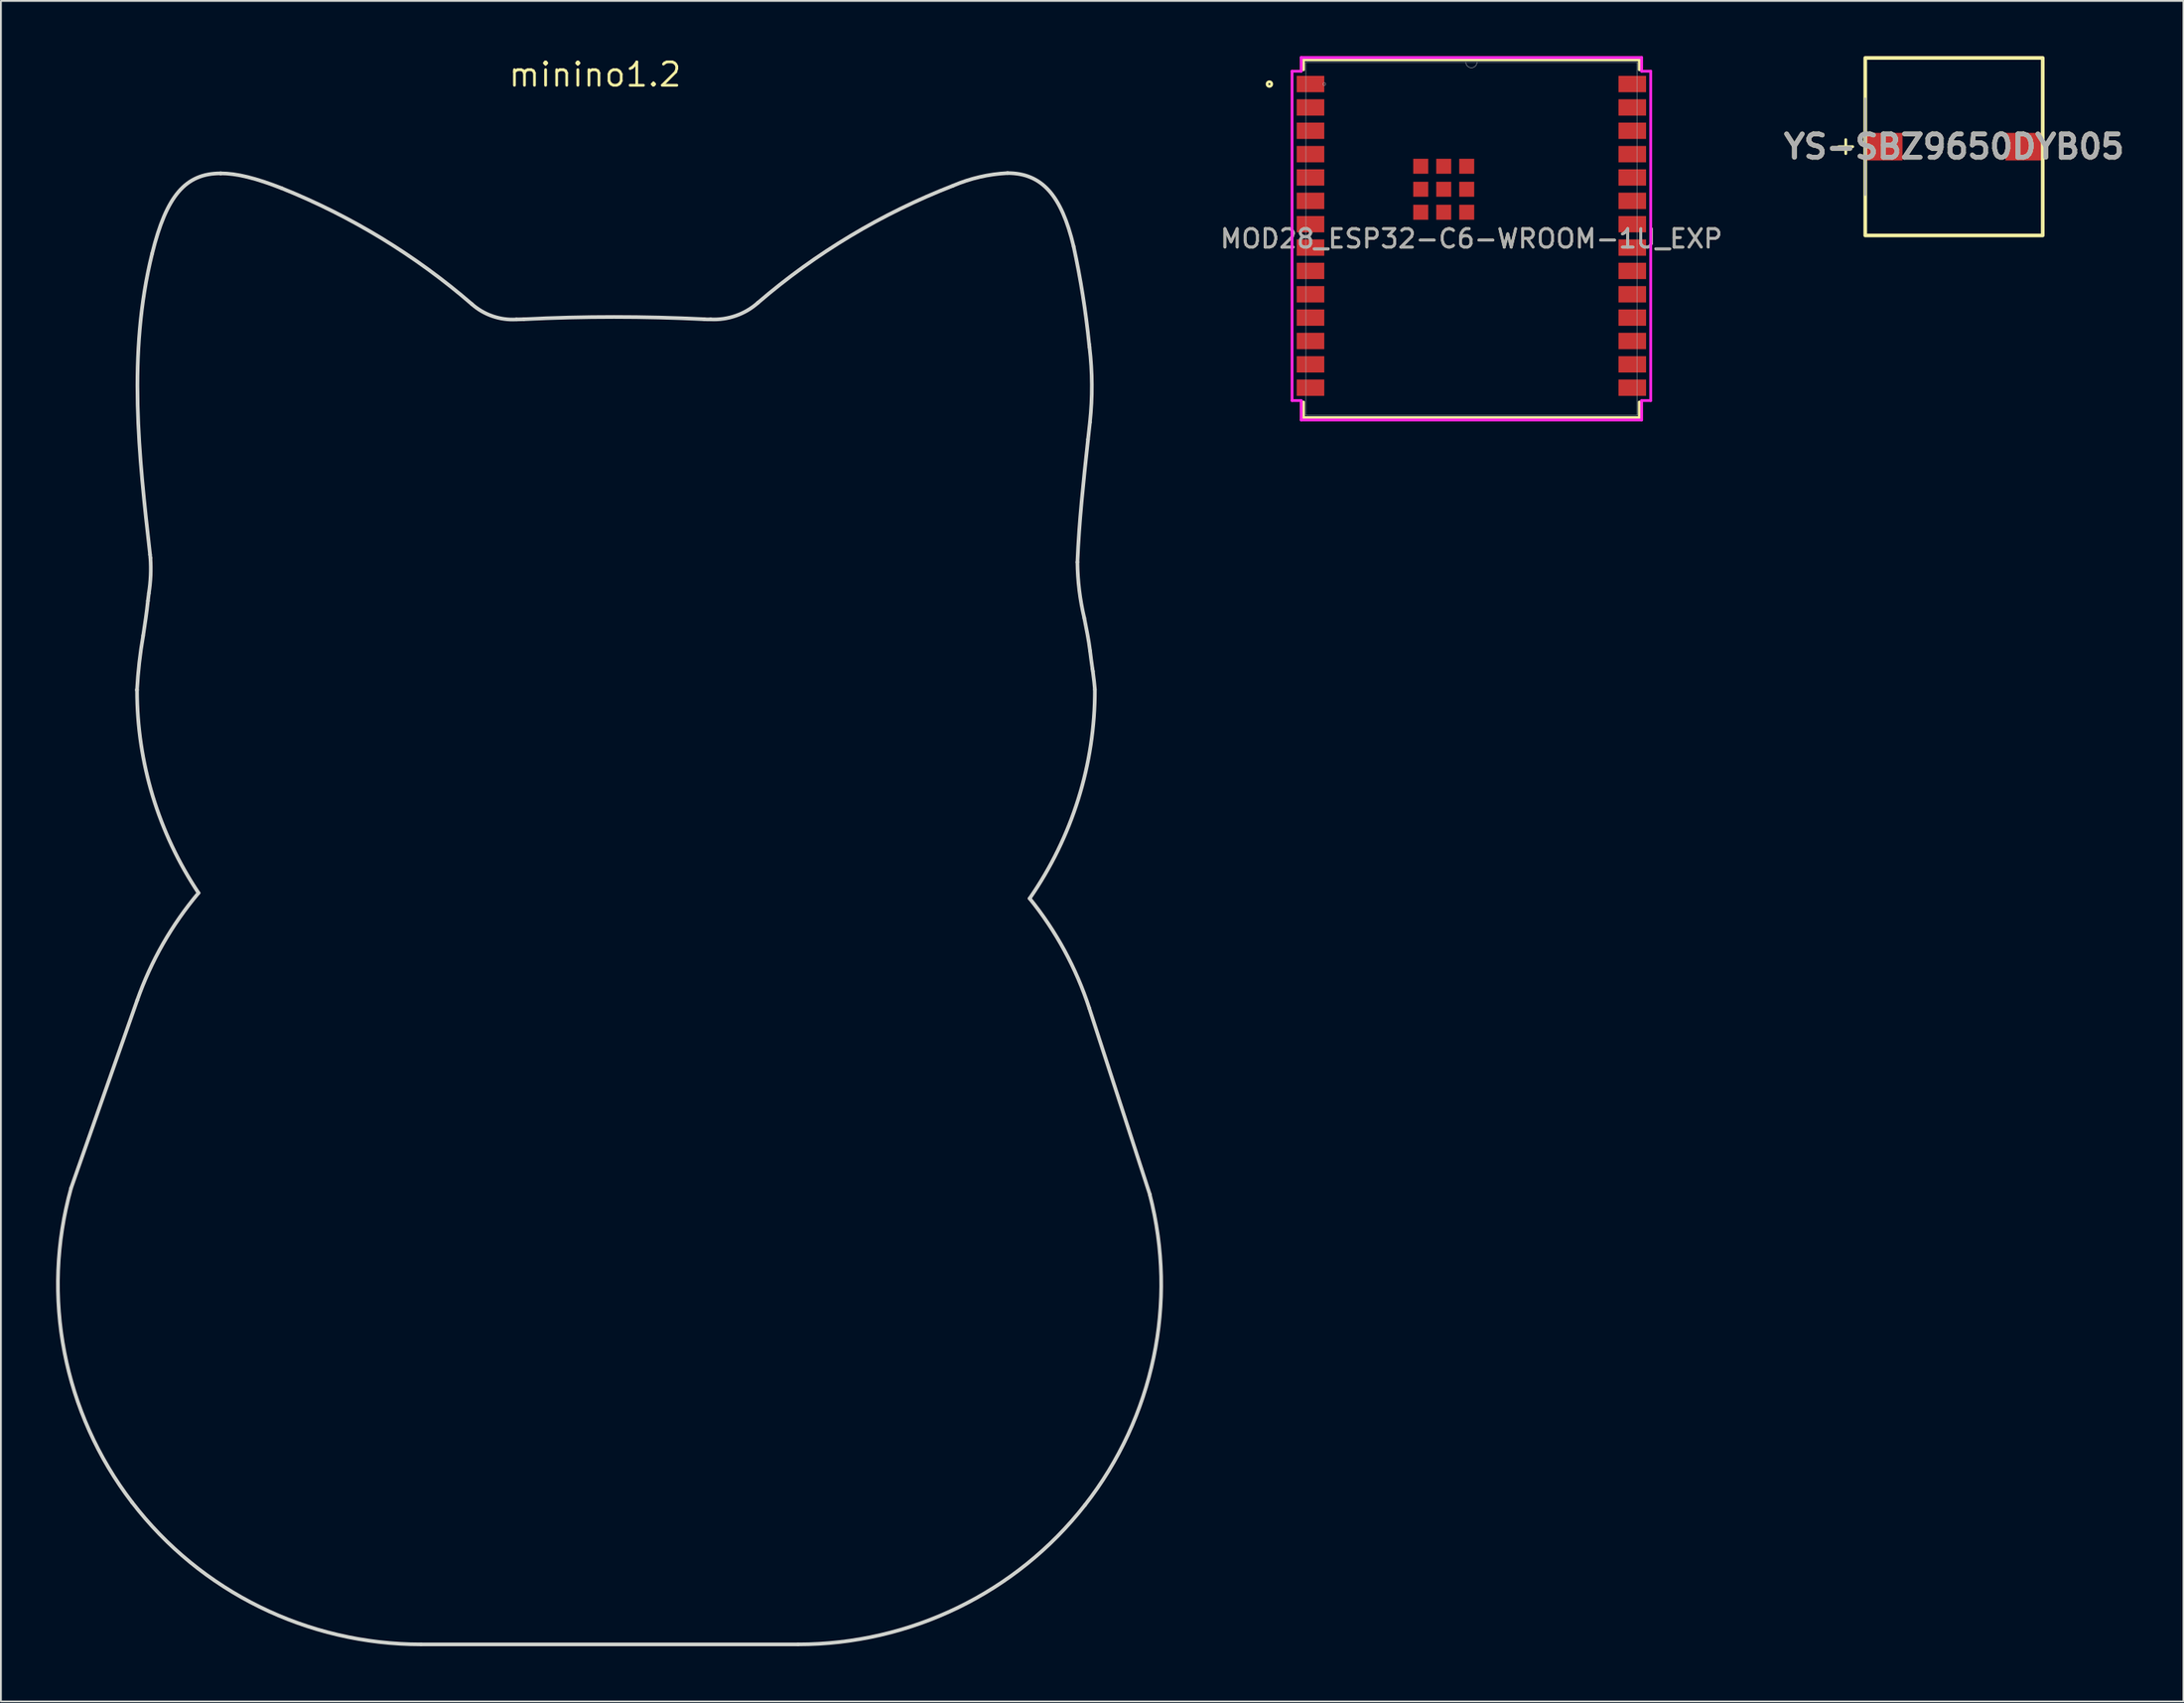
<source format=kicad_pcb>
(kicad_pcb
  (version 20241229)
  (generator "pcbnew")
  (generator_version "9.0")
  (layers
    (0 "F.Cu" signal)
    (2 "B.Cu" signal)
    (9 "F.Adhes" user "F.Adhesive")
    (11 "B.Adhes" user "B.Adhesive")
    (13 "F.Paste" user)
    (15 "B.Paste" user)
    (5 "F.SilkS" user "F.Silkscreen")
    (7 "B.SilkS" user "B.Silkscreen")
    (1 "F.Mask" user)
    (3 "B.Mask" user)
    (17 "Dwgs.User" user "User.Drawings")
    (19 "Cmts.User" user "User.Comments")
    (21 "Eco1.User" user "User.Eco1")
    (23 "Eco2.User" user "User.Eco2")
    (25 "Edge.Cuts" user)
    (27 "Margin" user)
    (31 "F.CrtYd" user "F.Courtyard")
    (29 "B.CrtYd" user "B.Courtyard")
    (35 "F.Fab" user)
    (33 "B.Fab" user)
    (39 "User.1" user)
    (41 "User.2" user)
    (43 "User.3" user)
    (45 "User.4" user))
  (footprint "MOD28_ESP32-C6-WROOM-1U_EXP"
    (layer "F.Cu")
    (at 76.968 9.931)
    (property "Reference" "MOD28_ESP32-C6-WROOM-1U_EXP" (at 0 0 0) (unlocked yes) (layer "F.SilkS") (effects (font (size 1 1) (thickness 0.15))))
    (attr smd)
    (fp_line (start -9.131 -9.728) (end -9.131 -9.187) (stroke (width 0.152) (type solid)) (layer "F.SilkS"))
    (fp_line (start -9.131 8.877) (end -9.131 9.728) (stroke (width 0.152) (type solid)) (layer "F.SilkS"))
    (fp_line (start -9.131 9.728) (end 9.131 9.728) (stroke (width 0.152) (type solid)) (layer "F.SilkS"))
    (fp_line (start 9.131 -9.728) (end -9.131 -9.728) (stroke (width 0.152) (type solid)) (layer "F.SilkS"))
    (fp_line (start 9.131 -9.187) (end 9.131 -9.728) (stroke (width 0.152) (type solid)) (layer "F.SilkS"))
    (fp_line (start 9.131 9.728) (end 9.131 8.877) (stroke (width 0.152) (type solid)) (layer "F.SilkS"))
    (fp_circle (center -10.985 -8.41) (end -10.858 -8.41) (stroke (width 0.152) (type solid)) (fill no) (layer "F.SilkS"))
    (fp_line (start -9.753 -9.108) (end -9.753 8.799) (stroke (width 0.152) (type solid)) (layer "F.CrtYd"))
    (fp_line (start -9.753 8.799) (end -9.258 8.799) (stroke (width 0.152) (type solid)) (layer "F.CrtYd"))
    (fp_line (start -9.258 -9.855) (end -9.258 -9.108) (stroke (width 0.152) (type solid)) (layer "F.CrtYd"))
    (fp_line (start -9.258 -9.108) (end -9.753 -9.108) (stroke (width 0.152) (type solid)) (layer "F.CrtYd"))
    (fp_line (start -9.258 8.799) (end -9.258 9.855) (stroke (width 0.152) (type solid)) (layer "F.CrtYd"))
    (fp_line (start -9.258 9.855) (end 9.258 9.855) (stroke (width 0.152) (type solid)) (layer "F.CrtYd"))
    (fp_line (start 9.258 -9.855) (end -9.258 -9.855) (stroke (width 0.152) (type solid)) (layer "F.CrtYd"))
    (fp_line (start 9.258 -9.108) (end 9.258 -9.855) (stroke (width 0.152) (type solid)) (layer "F.CrtYd"))
    (fp_line (start 9.258 8.799) (end 9.753 8.799) (stroke (width 0.152) (type solid)) (layer "F.CrtYd"))
    (fp_line (start 9.258 9.855) (end 9.258 8.799) (stroke (width 0.152) (type solid)) (layer "F.CrtYd"))
    (fp_line (start 9.753 -9.108) (end 9.258 -9.108) (stroke (width 0.152) (type solid)) (layer "F.CrtYd"))
    (fp_line (start 9.753 8.799) (end 9.753 -9.108) (stroke (width 0.152) (type solid)) (layer "F.CrtYd"))
    (fp_line (start -9.004 -9.601) (end -9.004 9.601) (stroke (width 0.025) (type solid)) (layer "F.Fab"))
    (fp_line (start -9.004 9.601) (end 9.004 9.601) (stroke (width 0.025) (type solid)) (layer "F.Fab"))
    (fp_line (start 9.004 -9.601) (end -9.004 -9.601) (stroke (width 0.025) (type solid)) (layer "F.Fab"))
    (fp_line (start 9.004 9.601) (end 9.004 -9.601) (stroke (width 0.025) (type solid)) (layer "F.Fab"))
    (fp_arc (start 0.3048 -9.6012) (mid 0 -9.2964) (end -0.3048 -9.6012) (stroke (width 0.0254) (type solid)) (layer "F.Fab"))
    (fp_circle (center -8.001 -8.41) (end -7.925 -8.41) (stroke (width 0.025) (type solid)) (fill no) (layer "F.Fab"))
    (fp_text user "${REFERENCE}" (at 0 0 0) (unlocked yes) (layer "F.Fab") (effects (font (size 1 1) (thickness 0.15))))
    (pad "1" smd rect (at -8.75 -8.41) (size 1.499 0.889) (layers "F.Cu" "F.Mask" "F.Paste"))
    (pad "2" smd rect (at -8.75 -7.14) (size 1.499 0.889) (layers "F.Cu" "F.Mask" "F.Paste"))
    (pad "3" smd rect (at -8.75 -5.87) (size 1.499 0.889) (layers "F.Cu" "F.Mask" "F.Paste"))
    (pad "4" smd rect (at -8.75 -4.6) (size 1.499 0.889) (layers "F.Cu" "F.Mask" "F.Paste"))
    (pad "5" smd rect (at -8.75 -3.33) (size 1.499 0.889) (layers "F.Cu" "F.Mask" "F.Paste"))
    (pad "6" smd rect (at -8.75 -2.06) (size 1.499 0.889) (layers "F.Cu" "F.Mask" "F.Paste"))
    (pad "7" smd rect (at -8.75 -0.79) (size 1.499 0.889) (layers "F.Cu" "F.Mask" "F.Paste"))
    (pad "8" smd rect (at -8.75 0.48) (size 1.499 0.889) (layers "F.Cu" "F.Mask" "F.Paste"))
    (pad "9" smd rect (at -8.75 1.75) (size 1.499 0.889) (layers "F.Cu" "F.Mask" "F.Paste"))
    (pad "10" smd rect (at -8.75 3.02) (size 1.499 0.889) (layers "F.Cu" "F.Mask" "F.Paste"))
    (pad "11" smd rect (at -8.75 4.29) (size 1.499 0.889) (layers "F.Cu" "F.Mask" "F.Paste"))
    (pad "12" smd rect (at -8.75 5.56) (size 1.499 0.889) (layers "F.Cu" "F.Mask" "F.Paste"))
    (pad "13" smd rect (at -8.75 6.83) (size 1.499 0.889) (layers "F.Cu" "F.Mask" "F.Paste"))
    (pad "14" smd rect (at -8.75 8.1) (size 1.499 0.889) (layers "F.Cu" "F.Mask" "F.Paste"))
    (pad "15" smd rect (at 8.75 8.1) (size 1.499 0.889) (layers "F.Cu" "F.Mask" "F.Paste"))
    (pad "16" smd rect (at 8.75 6.83) (size 1.499 0.889) (layers "F.Cu" "F.Mask" "F.Paste"))
    (pad "17" smd rect (at 8.75 5.56) (size 1.499 0.889) (layers "F.Cu" "F.Mask" "F.Paste"))
    (pad "18" smd rect (at 8.75 4.29) (size 1.499 0.889) (layers "F.Cu" "F.Mask" "F.Paste"))
    (pad "19" smd rect (at 8.75 3.02) (size 1.499 0.889) (layers "F.Cu" "F.Mask" "F.Paste"))
    (pad "20" smd rect (at 8.75 1.75) (size 1.499 0.889) (layers "F.Cu" "F.Mask" "F.Paste"))
    (pad "21" smd rect (at 8.75 0.48) (size 1.499 0.889) (layers "F.Cu" "F.Mask" "F.Paste"))
    (pad "22" smd rect (at 8.75 -0.79) (size 1.499 0.889) (layers "F.Cu" "F.Mask" "F.Paste"))
    (pad "23" smd rect (at 8.75 -2.06) (size 1.499 0.889) (layers "F.Cu" "F.Mask" "F.Paste"))
    (pad "24" smd rect (at 8.75 -3.33) (size 1.499 0.889) (layers "F.Cu" "F.Mask" "F.Paste"))
    (pad "25" smd rect (at 8.75 -4.6) (size 1.499 0.889) (layers "F.Cu" "F.Mask" "F.Paste"))
    (pad "26" smd rect (at 8.75 -5.87) (size 1.499 0.889) (layers "F.Cu" "F.Mask" "F.Paste"))
    (pad "27" smd rect (at 8.75 -7.14) (size 1.499 0.889) (layers "F.Cu" "F.Mask" "F.Paste"))
    (pad "28" smd rect (at 8.75 -8.41) (size 1.499 0.889) (layers "F.Cu" "F.Mask" "F.Paste"))
    (pad "29" smd rect (at -1.505 -2.69) (size 0.813 0.813) (layers "F.Cu" "F.Mask" "F.Paste"))
    (pad "30" smd rect (at -2.755 -3.94) (size 0.813 0.813) (layers "F.Cu" "F.Mask" "F.Paste"))
    (pad "31" smd rect (at -2.755 -2.69) (size 0.813 0.813) (layers "F.Cu" "F.Mask" "F.Paste"))
    (pad "32" smd rect (at -2.755 -1.44) (size 0.813 0.813) (layers "F.Cu" "F.Mask" "F.Paste"))
    (pad "33" smd rect (at -1.505 -1.44) (size 0.813 0.813) (layers "F.Cu" "F.Mask" "F.Paste"))
    (pad "34" smd rect (at -0.255 -1.44) (size 0.813 0.813) (layers "F.Cu" "F.Mask" "F.Paste"))
    (pad "35" smd rect (at -0.255 -2.69) (size 0.813 0.813) (layers "F.Cu" "F.Mask" "F.Paste"))
    (pad "36" smd rect (at -0.255 -3.94) (size 0.813 0.813) (layers "F.Cu" "F.Mask" "F.Paste"))
    (pad "37" smd rect (at -1.505 -3.94) (size 0.813 0.813) (layers "F.Cu" "F.Mask" "F.Paste")))
  (footprint "minino1.2"
    (layer "F.Cu")
    (at 29.651 51.126)
    (property "Reference" "minino1.2" (at -0.34 -50.12 0) (layer "F.SilkS") (effects (font (size 1.27 1.27) (thickness 0.15))))
    (attr through_hole)
    (fp_line (start -25.248 -16.679) (end -25.248 -16.641) (stroke (width 0.2) (type solid)) (layer "Edge.Cuts"))
    (fp_line (start -25.238 0.208) (end -28.835 10.425) (stroke (width 0.2) (type solid)) (layer "Edge.Cuts"))
    (fp_line (start -24.54 -24.02) (end -24.522 -23.841) (stroke (width 0.2) (type solid)) (layer "Edge.Cuts"))
    (fp_line (start -20.694 -44.75) (end -20.701 -44.75) (stroke (width 0.2) (type solid)) (layer "Edge.Cuts"))
    (fp_line (start -9.806 35.236) (end 10.701 35.236) (stroke (width 0.2) (type solid)) (layer "Edge.Cuts"))
    (fp_line (start 26.469 -30.286) (end 26.572 -31.217) (stroke (width 0.2) (type solid)) (layer "Edge.Cuts"))
    (fp_line (start 26.55 -35.295) (end 26.529 -35.456) (stroke (width 0.2) (type solid)) (layer "Edge.Cuts"))
    (fp_line (start 26.731 -17.673) (end 26.71 -17.8) (stroke (width 0.2) (type solid)) (layer "Edge.Cuts"))
    (fp_line (start 29.829 10.773) (end 26.533 0.636) (stroke (width 0.2) (type solid)) (layer "Edge.Cuts"))
    (fp_line (start 29.829 10.783) (end 29.829 10.773) (stroke (width 0.2) (type solid)) (layer "Edge.Cuts"))
    (fp_curve (pts (xy -28.835 10.425) (xy -30.481 16.321) (xy -29.255 22.641) (xy -25.521 27.509)) (stroke (width 0.2) (type solid)) (layer "Edge.Cuts"))
    (fp_curve (pts (xy -25.521 27.509) (xy -21.787 32.378) (xy -15.973 35.236) (xy -9.806 35.236)) (stroke (width 0.2) (type solid)) (layer "Edge.Cuts"))
    (fp_curve (pts (xy -25.248 -16.641) (xy -25.249 -12.722) (xy -24.086 -8.89) (xy -21.905 -5.623)) (stroke (width 0.2) (type solid)) (layer "Edge.Cuts"))
    (fp_curve (pts (xy -24.915 -19.612) (xy -25.085 -18.642) (xy -25.196 -17.663) (xy -25.248 -16.679)) (stroke (width 0.2) (type solid)) (layer "Edge.Cuts"))
    (fp_curve (pts (xy -24.657 -21.512) (xy -24.721 -20.884) (xy -24.82 -20.237) (xy -24.915 -19.612)) (stroke (width 0.2) (type solid)) (layer "Edge.Cuts"))
    (fp_curve (pts (xy -24.607 -21.92) (xy -24.625 -21.786) (xy -24.639 -21.649) (xy -24.657 -21.512)) (stroke (width 0.2) (type solid)) (layer "Edge.Cuts"))
    (fp_curve (pts (xy -24.522 -23.841) (xy -24.477 -23.199) (xy -24.505 -22.555) (xy -24.607 -21.92)) (stroke (width 0.2) (type solid)) (layer "Edge.Cuts"))
    (fp_curve (pts (xy -24.43 -40.377) (xy -25.772 -34.929) (xy -25.146 -29.383) (xy -24.54 -24.02)) (stroke (width 0.2) (type solid)) (layer "Edge.Cuts"))
    (fp_curve (pts (xy -21.905 -5.623) (xy -23.361 -3.894) (xy -24.49 -1.919) (xy -25.238 0.208)) (stroke (width 0.2) (type solid)) (layer "Edge.Cuts"))
    (fp_curve (pts (xy -20.701 -44.75) (xy -22.614 -44.75) (xy -23.658 -43.524) (xy -24.43 -40.377)) (stroke (width 0.2) (type solid)) (layer "Edge.Cuts"))
    (fp_curve (pts (xy -17.376 -43.938) (xy -18.779 -44.49) (xy -19.834 -44.75) (xy -20.694 -44.75)) (stroke (width 0.2) (type solid)) (layer "Edge.Cuts"))
    (fp_curve (pts (xy -7.037 -37.637) (xy -10.107 -40.292) (xy -13.601 -42.421) (xy -17.376 -43.938)) (stroke (width 0.2) (type solid)) (layer "Edge.Cuts"))
    (fp_curve (pts (xy -4.614 -36.808) (xy -5.501 -36.753) (xy -6.373 -37.051) (xy -7.037 -37.637)) (stroke (width 0.2) (type solid)) (layer "Edge.Cuts"))
    (fp_curve (pts (xy -4.214 -36.819) (xy -4.352 -36.812) (xy -4.487 -36.808) (xy -4.614 -36.808)) (stroke (width 0.2) (type solid)) (layer "Edge.Cuts"))
    (fp_curve (pts (xy 5.598 -36.819) (xy 2.329 -36.982) (xy -0.946 -36.982) (xy -4.214 -36.819)) (stroke (width 0.2) (type solid)) (layer "Edge.Cuts"))
    (fp_curve (pts (xy 5.945 -36.812) (xy 5.829 -36.807) (xy 5.713 -36.81) (xy 5.598 -36.819)) (stroke (width 0.2) (type solid)) (layer "Edge.Cuts"))
    (fp_curve (pts (xy 8.519 -37.715) (xy 7.815 -37.088) (xy 6.89 -36.763) (xy 5.945 -36.812)) (stroke (width 0.2) (type solid)) (layer "Edge.Cuts"))
    (fp_curve (pts (xy 10.701 35.236) (xy 16.803 35.237) (xy 22.562 32.439) (xy 26.303 27.657)) (stroke (width 0.2) (type solid)) (layer "Edge.Cuts"))
    (fp_curve (pts (xy 19.132 -44.082) (xy 15.254 -42.577) (xy 11.664 -40.423) (xy 8.519 -37.715)) (stroke (width 0.2) (type solid)) (layer "Edge.Cuts"))
    (fp_curve (pts (xy 22.092 -44.764) (xy 21.072 -44.713) (xy 20.07 -44.482) (xy 19.132 -44.082)) (stroke (width 0.2) (type solid)) (layer "Edge.Cuts"))
    (fp_curve (pts (xy 23.293 -5.324) (xy 25.613 -8.664) (xy 26.85 -12.627) (xy 26.841 -16.683)) (stroke (width 0.2) (type solid)) (layer "Edge.Cuts"))
    (fp_curve (pts (xy 25.686 -40.774) (xy 25.024 -43.57) (xy 23.951 -44.764) (xy 22.092 -44.764)) (stroke (width 0.2) (type solid)) (layer "Edge.Cuts"))
    (fp_curve (pts (xy 25.892 -23.609) (xy 25.98 -25.787) (xy 26.218 -27.971) (xy 26.469 -30.286)) (stroke (width 0.2) (type solid)) (layer "Edge.Cuts"))
    (fp_curve (pts (xy 26.264 -20.574) (xy 26.027 -21.569) (xy 25.902 -22.587) (xy 25.892 -23.609)) (stroke (width 0.2) (type solid)) (layer "Edge.Cuts"))
    (fp_curve (pts (xy 26.303 27.657) (xy 30.044 22.875) (xy 31.346 16.646) (xy 29.829 10.783)) (stroke (width 0.2) (type solid)) (layer "Edge.Cuts"))
    (fp_curve (pts (xy 26.529 -35.456) (xy 26.348 -37.243) (xy 26.067 -39.018) (xy 25.686 -40.774)) (stroke (width 0.2) (type solid)) (layer "Edge.Cuts"))
    (fp_curve (pts (xy 26.533 0.636) (xy 25.829 -1.53) (xy 24.731 -3.55) (xy 23.293 -5.324)) (stroke (width 0.2) (type solid)) (layer "Edge.Cuts"))
    (fp_curve (pts (xy 26.572 -31.217) (xy 26.717 -32.573) (xy 26.71 -33.94) (xy 26.55 -35.295)) (stroke (width 0.2) (type solid)) (layer "Edge.Cuts"))
    (fp_curve (pts (xy 26.579 -18.787) (xy 26.504 -19.387) (xy 26.38 -19.991) (xy 26.264 -20.574)) (stroke (width 0.2) (type solid)) (layer "Edge.Cuts"))
    (fp_curve (pts (xy 26.71 -17.8) (xy 26.664 -18.133) (xy 26.614 -18.474) (xy 26.579 -18.787)) (stroke (width 0.2) (type solid)) (layer "Edge.Cuts"))
    (fp_curve (pts (xy 26.841 -16.683) (xy 26.823 -16.915) (xy 26.791 -17.231) (xy 26.731 -17.673)) (stroke (width 0.2) (type solid)) (layer "Edge.Cuts")))
  (footprint "YS-SBZ9650DYB05"
    (layer "F.Cu")
    (at 103.212 4.926)
    (property "Reference" "YS-SBZ9650DYB05" (at 0 0 180) (layer "F.SilkS") (effects (font (size 1.27 1.27) (thickness 0.254))))
    (attr smd)
    (fp_rect (start -4.826 -4.826) (end 4.826 4.826) (stroke (width 0.2) (type solid)) (fill no) (layer "F.SilkS"))
    (fp_line (start -4.826 -2.625) (end -4.826 2.625) (stroke (width 0.1) (type solid)) (layer "F.Fab"))
    (fp_text user "+" (at -6.604 0.508 0) (unlocked yes) (layer "F.SilkS") (effects (font (size 1 1) (thickness 0.15)) (justify left bottom)))
    (fp_text user "${REFERENCE}" (at 0 0 180) (layer "F.Fab") (effects (font (size 1.27 1.27) (thickness 0.254))))
    (pad "1" smd rect (at -3.8 0 180) (size 2 1.5) (layers "F.Cu" "F.Mask" "F.Paste"))
    (pad "2" smd rect (at 3.8 0 90) (size 1.5 2) (layers "F.Cu" "F.Mask" "F.Paste")))
  (gr_rect
    (start -3 -3)
    (end 115.689 89.462)
    (stroke (width 0.1) (type default))
    (fill no)
    (layer "Edge.Cuts")))
</source>
